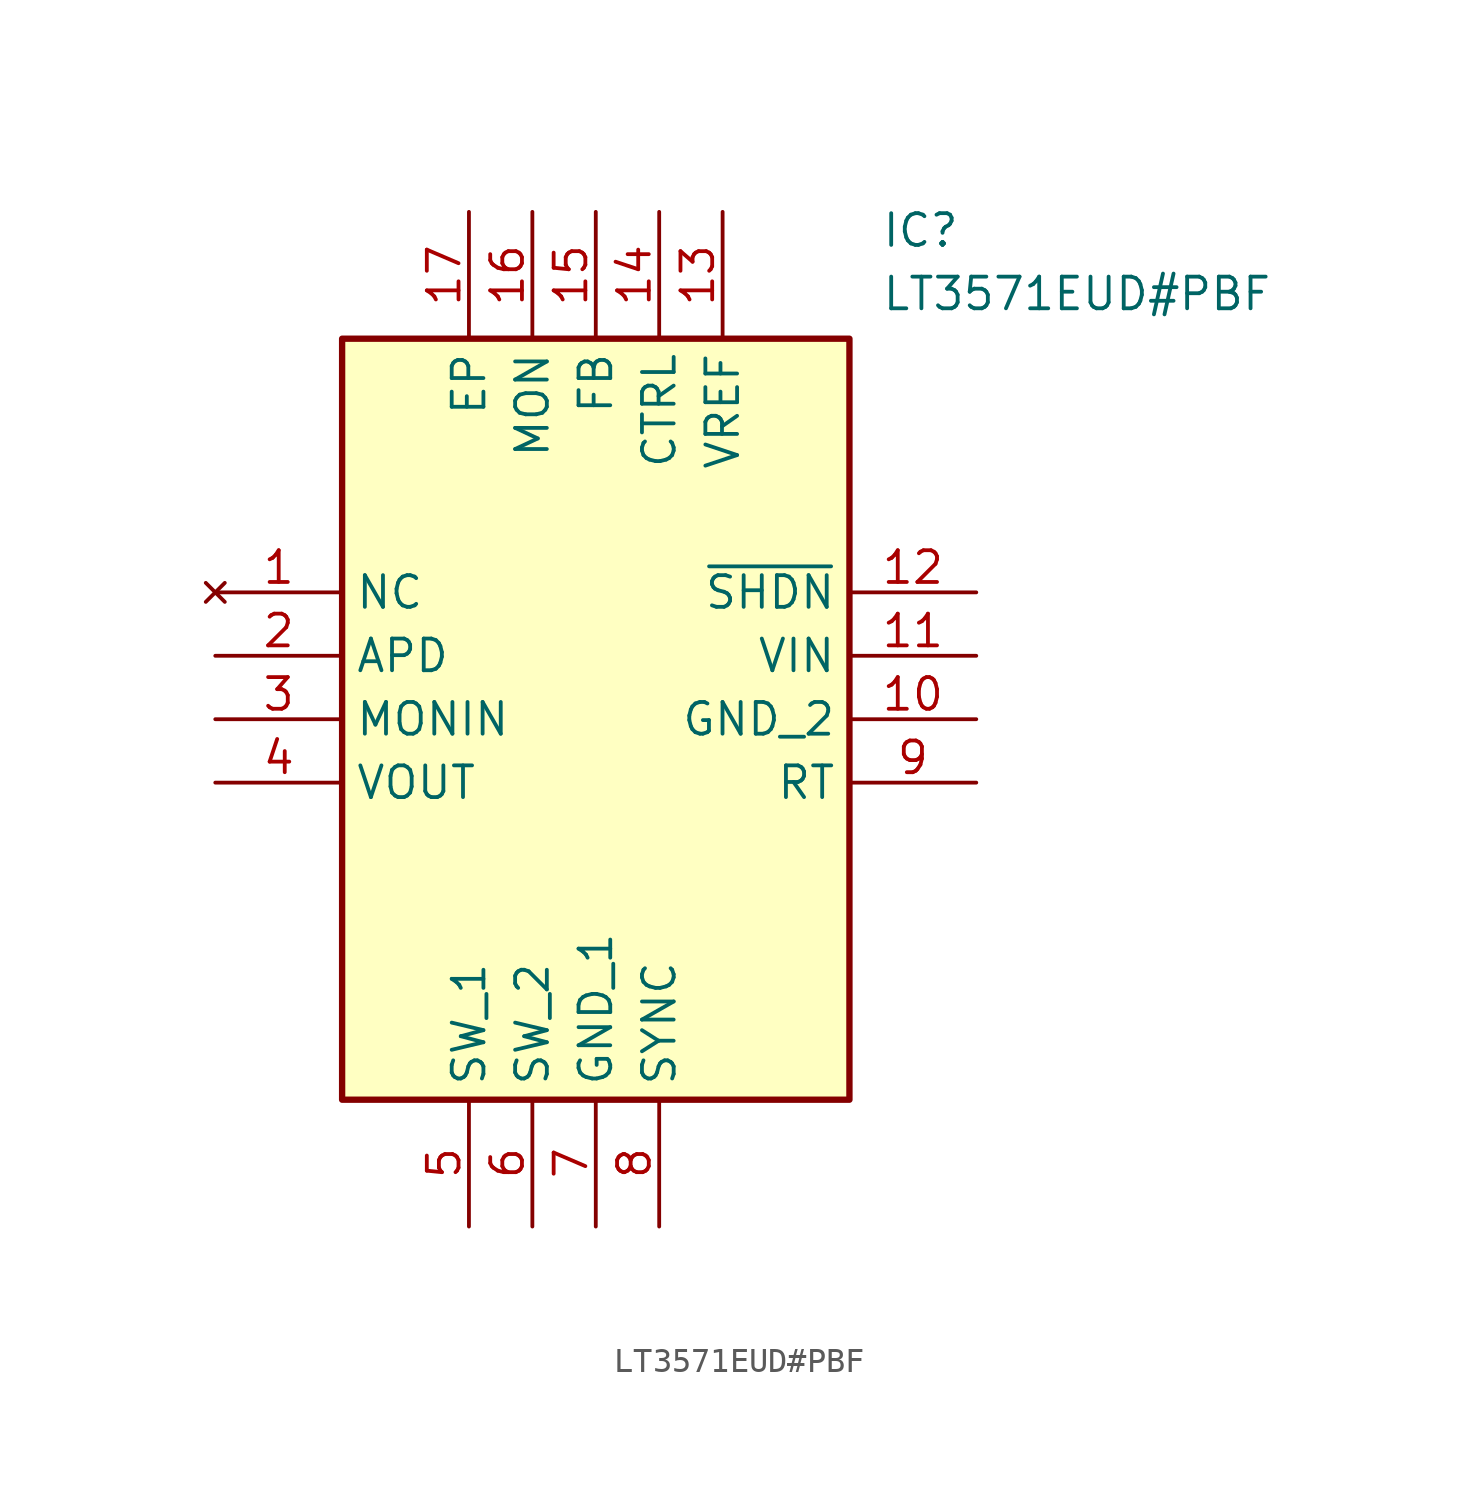
<source format=kicad_sym>
(kicad_symbol_lib
  (version 20211014)
  (generator SamacSys_ECAD_Model)
  (symbol "LT3571EUD#PBF"
    (property "Reference" "IC"
      (at 26.67 15.24 0)
      (effects (font (size 1.27 1.27)) (justify left top)))
    (property "Value" "LT3571EUD#PBF"
      (at 26.67 12.7 0)
      (effects (font (size 1.27 1.27)) (justify left top)))
    (rectangle
      (start 5.08 10.16)
      (end 25.4 -20.32)
      (stroke (width 0.254) (type default))
      (fill (type background)))
    (pin no_connect line
      (at 0 0 0)
      (length 5.08)
      (name "NC" (effects (font (size 1.27 1.27))))
      (number "1" (effects (font (size 1.27 1.27)))))
    (pin passive line
      (at 0 -2.54 0)
      (length 5.08)
      (name "APD" (effects (font (size 1.27 1.27))))
      (number "2" (effects (font (size 1.27 1.27)))))
    (pin passive line
      (at 0 -5.08 0)
      (length 5.08)
      (name "MONIN" (effects (font (size 1.27 1.27))))
      (number "3" (effects (font (size 1.27 1.27)))))
    (pin passive line
      (at 0 -7.62 0)
      (length 5.08)
      (name "VOUT" (effects (font (size 1.27 1.27))))
      (number "4" (effects (font (size 1.27 1.27)))))
    (pin passive line
      (at 10.16 -25.4 90)
      (length 5.08)
      (name "SW_1" (effects (font (size 1.27 1.27))))
      (number "5" (effects (font (size 1.27 1.27)))))
    (pin passive line
      (at 12.7 -25.4 90)
      (length 5.08)
      (name "SW_2" (effects (font (size 1.27 1.27))))
      (number "6" (effects (font (size 1.27 1.27)))))
    (pin passive line
      (at 15.24 -25.4 90)
      (length 5.08)
      (name "GND_1" (effects (font (size 1.27 1.27))))
      (number "7" (effects (font (size 1.27 1.27)))))
    (pin passive line
      (at 17.78 -25.4 90)
      (length 5.08)
      (name "SYNC" (effects (font (size 1.27 1.27))))
      (number "8" (effects (font (size 1.27 1.27)))))
    (pin passive line
      (at 30.48 0 180)
      (length 5.08)
      (name "~{SHDN}" (effects (font (size 1.27 1.27))))
      (number "12" (effects (font (size 1.27 1.27)))))
    (pin passive line
      (at 30.48 -2.54 180)
      (length 5.08)
      (name "VIN" (effects (font (size 1.27 1.27))))
      (number "11" (effects (font (size 1.27 1.27)))))
    (pin passive line
      (at 30.48 -5.08 180)
      (length 5.08)
      (name "GND_2" (effects (font (size 1.27 1.27))))
      (number "10" (effects (font (size 1.27 1.27)))))
    (pin passive line
      (at 30.48 -7.62 180)
      (length 5.08)
      (name "RT" (effects (font (size 1.27 1.27))))
      (number "9" (effects (font (size 1.27 1.27)))))
    (pin passive line
      (at 10.16 15.24 270)
      (length 5.08)
      (name "EP" (effects (font (size 1.27 1.27))))
      (number "17" (effects (font (size 1.27 1.27)))))
    (pin passive line
      (at 12.7 15.24 270)
      (length 5.08)
      (name "MON" (effects (font (size 1.27 1.27))))
      (number "16" (effects (font (size 1.27 1.27)))))
    (pin passive line
      (at 15.24 15.24 270)
      (length 5.08)
      (name "FB" (effects (font (size 1.27 1.27))))
      (number "15" (effects (font (size 1.27 1.27)))))
    (pin passive line
      (at 17.78 15.24 270)
      (length 5.08)
      (name "CTRL" (effects (font (size 1.27 1.27))))
      (number "14" (effects (font (size 1.27 1.27)))))
    (pin passive line
      (at 20.32 15.24 270)
      (length 5.08)
      (name "VREF" (effects (font (size 1.27 1.27))))
      (number "13" (effects (font (size 1.27 1.27)))))))
</source>
